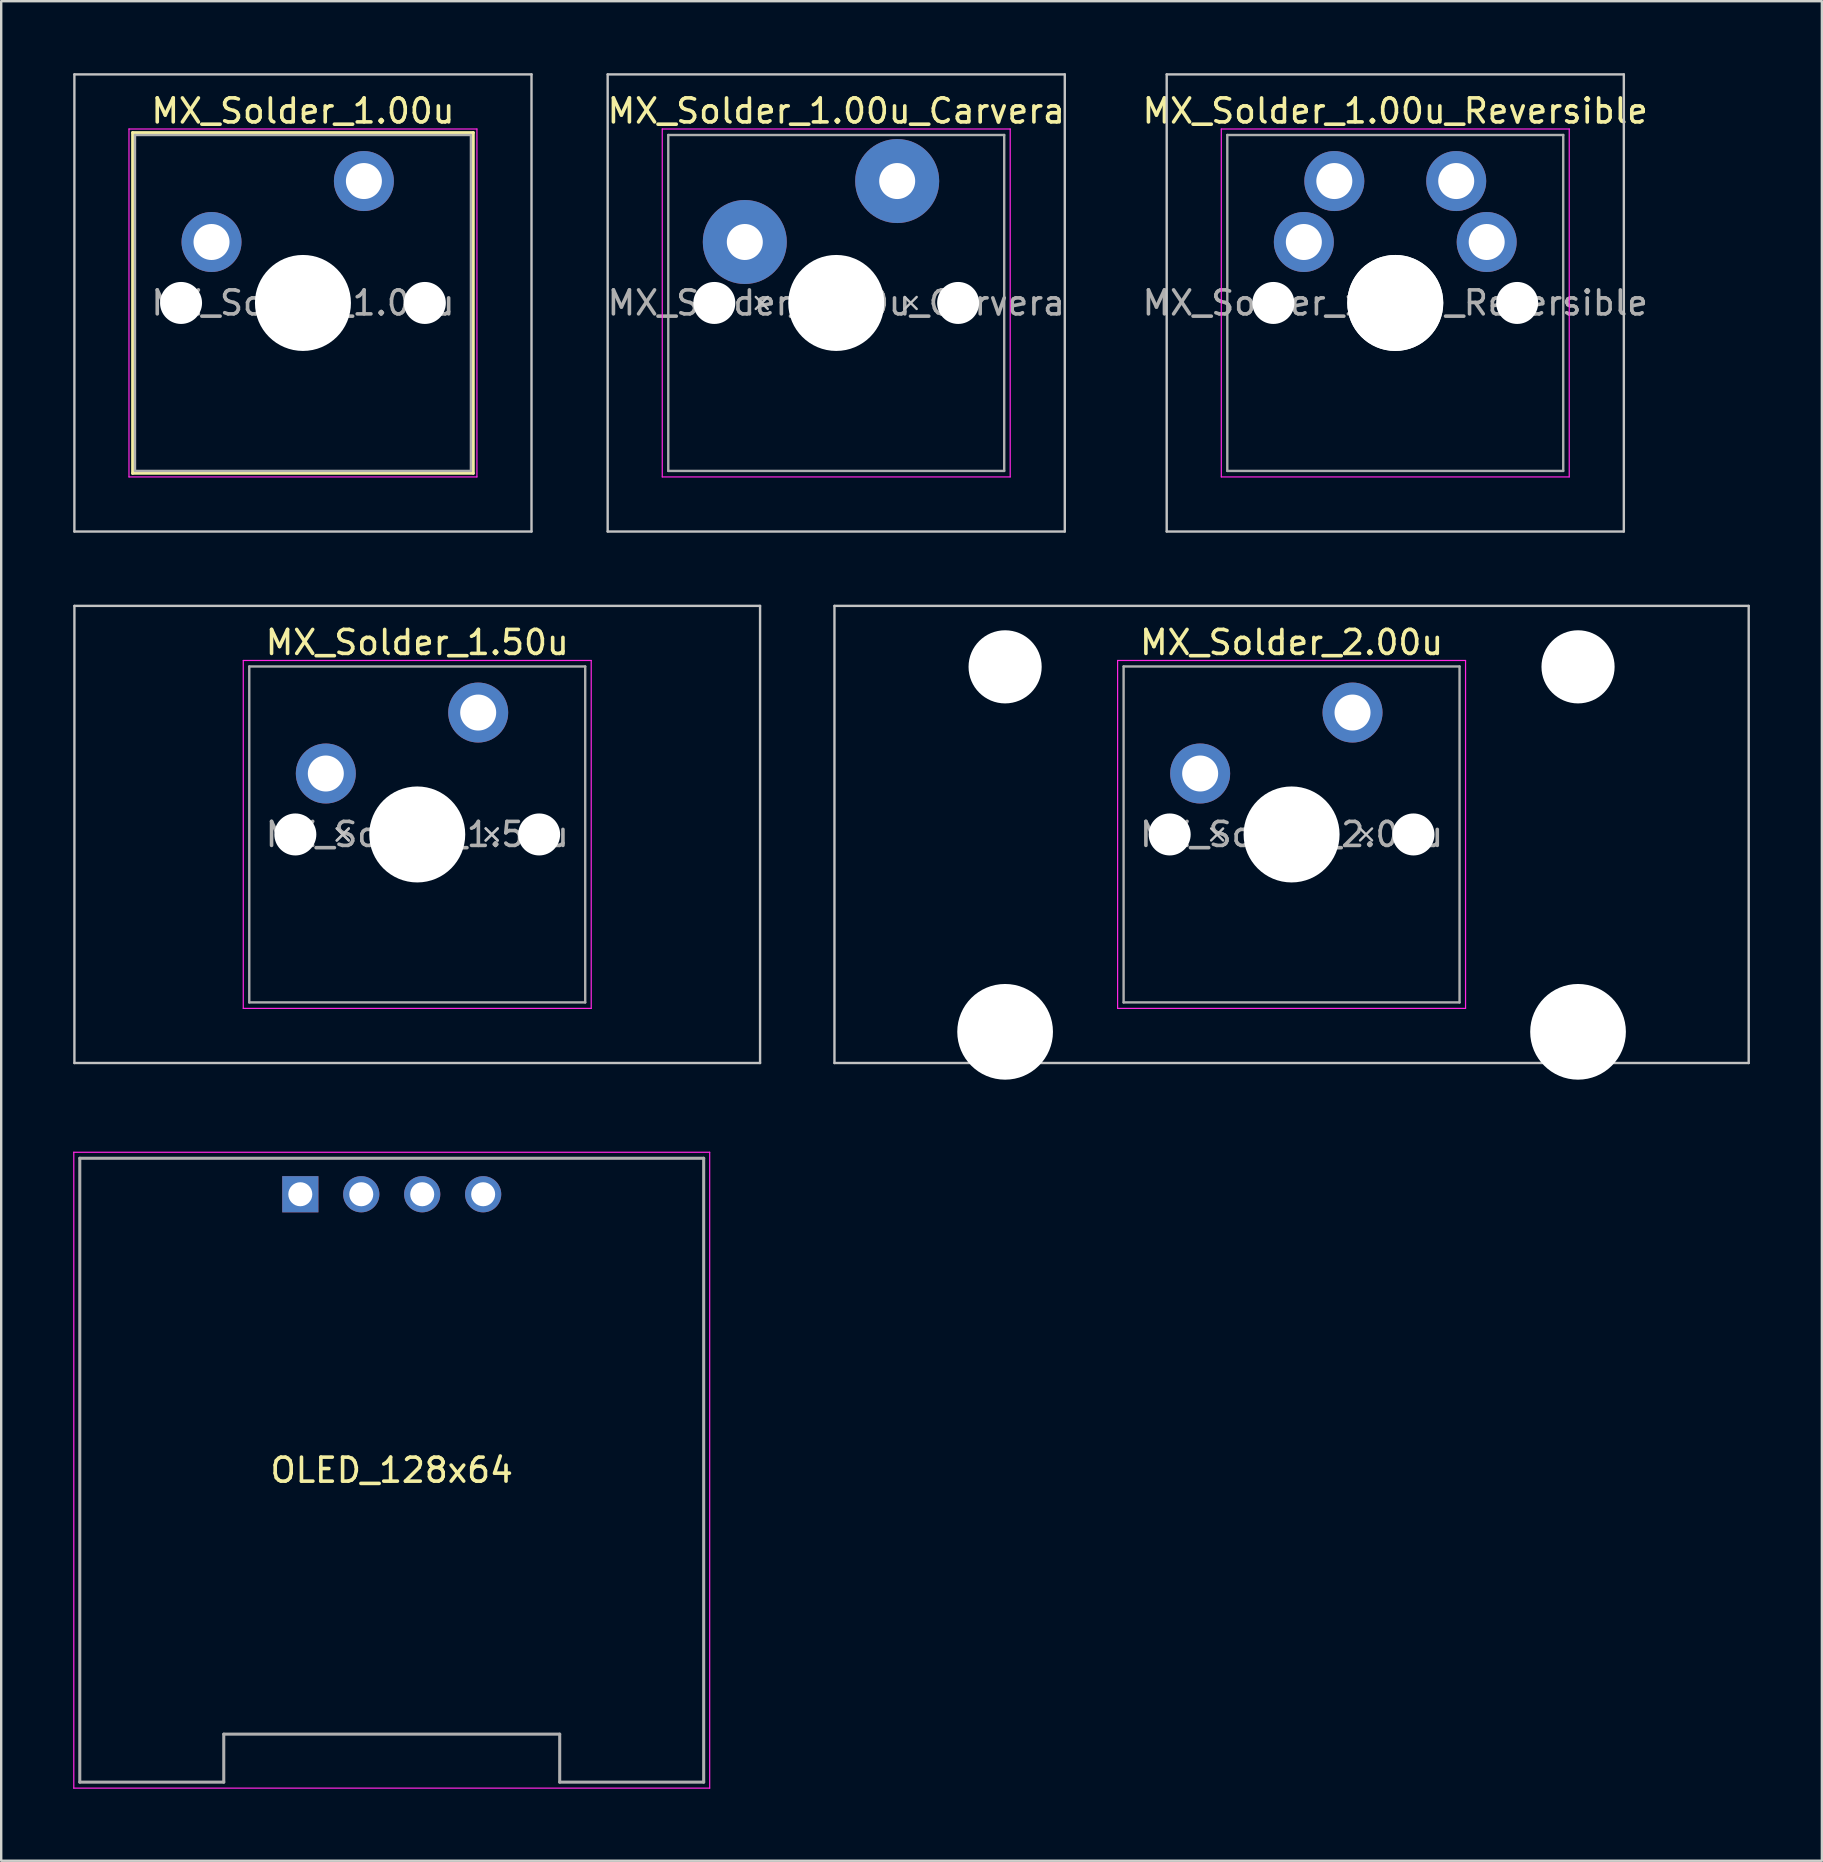
<source format=kicad_pcb>
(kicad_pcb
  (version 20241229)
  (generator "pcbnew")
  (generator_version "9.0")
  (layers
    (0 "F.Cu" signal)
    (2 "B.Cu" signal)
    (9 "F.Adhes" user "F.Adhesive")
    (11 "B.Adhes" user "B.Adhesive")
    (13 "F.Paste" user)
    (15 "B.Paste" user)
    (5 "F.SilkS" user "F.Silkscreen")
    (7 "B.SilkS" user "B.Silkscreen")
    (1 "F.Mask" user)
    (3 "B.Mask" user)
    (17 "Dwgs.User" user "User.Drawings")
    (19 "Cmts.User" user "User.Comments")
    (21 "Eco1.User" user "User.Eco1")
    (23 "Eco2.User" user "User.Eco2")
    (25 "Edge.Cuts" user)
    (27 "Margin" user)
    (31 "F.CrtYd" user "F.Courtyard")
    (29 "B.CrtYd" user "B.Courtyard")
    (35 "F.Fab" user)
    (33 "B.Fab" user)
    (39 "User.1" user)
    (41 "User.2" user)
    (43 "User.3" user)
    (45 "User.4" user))
  (footprint "MX_Solder_1.00u_Carvera"
    (layer "F.Cu")
    (at 31.799 9.575)
    (property "Reference" "MX_Solder_1.00u_Carvera" (at 0 -8 0) (layer "F.SilkS") (effects (font (size 1 1) (thickness 0.15))))
    (attr through_hole)
    (fp_line (start -9.525 -9.525) (end -9.525 9.525) (stroke (width 0.1) (type solid)) (layer "Dwgs.User"))
    (fp_line (start -9.525 9.525) (end 9.525 9.525) (stroke (width 0.1) (type solid)) (layer "Dwgs.User"))
    (fp_line (start -4.06 -2.79) (end -3.56 -2.29) (stroke (width 0.1) (type default)) (layer "Dwgs.User"))
    (fp_line (start -3.56 -2.79) (end -4.06 -2.29) (stroke (width 0.1) (type default)) (layer "Dwgs.User"))
    (fp_line (start -3.353 -0.25) (end -2.853 0.25) (stroke (width 0.1) (type default)) (layer "Dwgs.User"))
    (fp_line (start -2.853 -0.25) (end -3.353 0.25) (stroke (width 0.1) (type default)) (layer "Dwgs.User"))
    (fp_line (start 2.29 -5.33) (end 2.79 -4.83) (stroke (width 0.1) (type default)) (layer "Dwgs.User"))
    (fp_line (start 2.79 -5.33) (end 2.29 -4.83) (stroke (width 0.1) (type default)) (layer "Dwgs.User"))
    (fp_line (start 2.853 -0.25) (end 3.353 0.25) (stroke (width 0.1) (type default)) (layer "Dwgs.User"))
    (fp_line (start 3.353 -0.25) (end 2.853 0.25) (stroke (width 0.1) (type default)) (layer "Dwgs.User"))
    (fp_line (start 9.525 -9.525) (end -9.525 -9.525) (stroke (width 0.1) (type solid)) (layer "Dwgs.User"))
    (fp_line (start 9.525 9.525) (end 9.525 -9.525) (stroke (width 0.1) (type solid)) (layer "Dwgs.User"))
    (fp_line (start -7 -7) (end -7 7) (stroke (width 0.1) (type solid)) (layer "Eco1.User"))
    (fp_line (start -7 7) (end 7 7) (stroke (width 0.1) (type solid)) (layer "Eco1.User"))
    (fp_line (start 7 -7) (end -7 -7) (stroke (width 0.1) (type solid)) (layer "Eco1.User"))
    (fp_line (start 7 7) (end 7 -7) (stroke (width 0.1) (type solid)) (layer "Eco1.User"))
    (fp_line (start -7.25 -7.25) (end -7.25 7.25) (stroke (width 0.05) (type solid)) (layer "F.CrtYd"))
    (fp_line (start -7.25 7.25) (end 7.25 7.25) (stroke (width 0.05) (type solid)) (layer "F.CrtYd"))
    (fp_line (start 7.25 -7.25) (end -7.25 -7.25) (stroke (width 0.05) (type solid)) (layer "F.CrtYd"))
    (fp_line (start 7.25 7.25) (end 7.25 -7.25) (stroke (width 0.05) (type solid)) (layer "F.CrtYd"))
    (fp_line (start -7 -7) (end -7 7) (stroke (width 0.1) (type solid)) (layer "F.Fab"))
    (fp_line (start -7 7) (end 7 7) (stroke (width 0.1) (type solid)) (layer "F.Fab"))
    (fp_line (start 7 -7) (end -7 -7) (stroke (width 0.1) (type solid)) (layer "F.Fab"))
    (fp_line (start 7 7) (end 7 -7) (stroke (width 0.1) (type solid)) (layer "F.Fab"))
    (fp_text user "${REFERENCE}" (at 0 0 0) (layer "F.Fab") (effects (font (size 1 1) (thickness 0.15))))
    (pad "" np_thru_hole circle (at -5.08 0) (size 1.75 1.75) (drill 1.75) (layers "*.Cu" "*.Mask"))
    (pad "" np_thru_hole circle (at 0 0) (size 4 4) (drill 4) (layers "*.Cu" "*.Mask"))
    (pad "" np_thru_hole circle (at 5.08 0) (size 1.75 1.75) (drill 1.75) (layers "*.Cu" "*.Mask"))
    (pad "1" thru_hole circle (at -3.81 -2.54) (size 3.5 3.5) (drill 1.5) (layers "*.Cu" "*.Mask"))
    (pad "2" thru_hole circle (at 2.54 -5.08) (size 3.5 3.5) (drill 1.5) (layers "*.Cu" "*.Mask")))
  (footprint "MX_Solder_1.00u"
    (layer "F.Cu")
    (at 9.575 9.575)
    (property "Reference" "MX_Solder_1.00u" (at 0 -8 0) (layer "F.SilkS") (effects (font (size 1 1) (thickness 0.15))))
    (attr through_hole)
    (fp_line (start -7.1 -7.1) (end -7.1 7.1) (stroke (width 0.12) (type solid)) (layer "F.SilkS"))
    (fp_line (start -7.1 7.1) (end 7.1 7.1) (stroke (width 0.12) (type solid)) (layer "F.SilkS"))
    (fp_line (start 7.1 -7.1) (end -7.1 -7.1) (stroke (width 0.12) (type solid)) (layer "F.SilkS"))
    (fp_line (start 7.1 7.1) (end 7.1 -7.1) (stroke (width 0.12) (type solid)) (layer "F.SilkS"))
    (fp_line (start -9.525 -9.525) (end -9.525 9.525) (stroke (width 0.1) (type solid)) (layer "Dwgs.User"))
    (fp_line (start -9.525 9.525) (end 9.525 9.525) (stroke (width 0.1) (type solid)) (layer "Dwgs.User"))
    (fp_line (start 9.525 -9.525) (end -9.525 -9.525) (stroke (width 0.1) (type solid)) (layer "Dwgs.User"))
    (fp_line (start 9.525 9.525) (end 9.525 -9.525) (stroke (width 0.1) (type solid)) (layer "Dwgs.User"))
    (fp_line (start -7 -7) (end -7 7) (stroke (width 0.1) (type solid)) (layer "Eco1.User"))
    (fp_line (start -7 7) (end 7 7) (stroke (width 0.1) (type solid)) (layer "Eco1.User"))
    (fp_line (start 7 -7) (end -7 -7) (stroke (width 0.1) (type solid)) (layer "Eco1.User"))
    (fp_line (start 7 7) (end 7 -7) (stroke (width 0.1) (type solid)) (layer "Eco1.User"))
    (fp_line (start -7.25 -7.25) (end -7.25 7.25) (stroke (width 0.05) (type solid)) (layer "F.CrtYd"))
    (fp_line (start -7.25 7.25) (end 7.25 7.25) (stroke (width 0.05) (type solid)) (layer "F.CrtYd"))
    (fp_line (start 7.25 -7.25) (end -7.25 -7.25) (stroke (width 0.05) (type solid)) (layer "F.CrtYd"))
    (fp_line (start 7.25 7.25) (end 7.25 -7.25) (stroke (width 0.05) (type solid)) (layer "F.CrtYd"))
    (fp_line (start -7 -7) (end -7 7) (stroke (width 0.1) (type solid)) (layer "F.Fab"))
    (fp_line (start -7 7) (end 7 7) (stroke (width 0.1) (type solid)) (layer "F.Fab"))
    (fp_line (start 7 -7) (end -7 -7) (stroke (width 0.1) (type solid)) (layer "F.Fab"))
    (fp_line (start 7 7) (end 7 -7) (stroke (width 0.1) (type solid)) (layer "F.Fab"))
    (fp_text user "${REFERENCE}" (at 0 0 0) (layer "F.Fab") (effects (font (size 1 1) (thickness 0.15))))
    (pad "" np_thru_hole circle (at -5.08 0) (size 1.75 1.75) (drill 1.75) (layers "*.Cu" "*.Mask"))
    (pad "" np_thru_hole circle (at 0 0) (size 4 4) (drill 4) (layers "*.Cu" "*.Mask"))
    (pad "" np_thru_hole circle (at 5.08 0) (size 1.75 1.75) (drill 1.75) (layers "*.Cu" "*.Mask"))
    (pad "1" thru_hole circle (at -3.81 -2.54) (size 2.5 2.5) (drill 1.5) (layers "*.Cu" "*.Mask"))
    (pad "2" thru_hole circle (at 2.54 -5.08) (size 2.5 2.5) (drill 1.5) (layers "*.Cu" "*.Mask")))
  (footprint "MX_Solder_1.00u_Reversible"
    (layer "F.Cu")
    (at 55.096 9.575)
    (property "Reference" "MX_Solder_1.00u_Reversible" (at 0 -8 0) (layer "F.SilkS") (effects (font (size 1 1) (thickness 0.15))))
    (attr through_hole)
    (fp_line (start -9.525 -9.525) (end -9.525 9.525) (stroke (width 0.1) (type solid)) (layer "Dwgs.User"))
    (fp_line (start -9.525 9.525) (end 9.525 9.525) (stroke (width 0.1) (type solid)) (layer "Dwgs.User"))
    (fp_line (start 9.525 -9.525) (end -9.525 -9.525) (stroke (width 0.1) (type solid)) (layer "Dwgs.User"))
    (fp_line (start 9.525 9.525) (end 9.525 -9.525) (stroke (width 0.1) (type solid)) (layer "Dwgs.User"))
    (fp_line (start -7 -7) (end -7 7) (stroke (width 0.1) (type solid)) (layer "Eco1.User"))
    (fp_line (start -7 7) (end 7 7) (stroke (width 0.1) (type solid)) (layer "Eco1.User"))
    (fp_line (start 7 -7) (end -7 -7) (stroke (width 0.1) (type solid)) (layer "Eco1.User"))
    (fp_line (start 7 7) (end 7 -7) (stroke (width 0.1) (type solid)) (layer "Eco1.User"))
    (fp_line (start -7.25 -7.25) (end -7.25 7.25) (stroke (width 0.05) (type solid)) (layer "F.CrtYd"))
    (fp_line (start -7.25 7.25) (end 7.25 7.25) (stroke (width 0.05) (type solid)) (layer "F.CrtYd"))
    (fp_line (start 7.25 -7.25) (end -7.25 -7.25) (stroke (width 0.05) (type solid)) (layer "F.CrtYd"))
    (fp_line (start 7.25 7.25) (end 7.25 -7.25) (stroke (width 0.05) (type solid)) (layer "F.CrtYd"))
    (fp_line (start -7 -7) (end -7 7) (stroke (width 0.1) (type solid)) (layer "F.Fab"))
    (fp_line (start -7 7) (end 7 7) (stroke (width 0.1) (type solid)) (layer "F.Fab"))
    (fp_line (start 7 -7) (end -7 -7) (stroke (width 0.1) (type solid)) (layer "F.Fab"))
    (fp_line (start 7 7) (end 7 -7) (stroke (width 0.1) (type solid)) (layer "F.Fab"))
    (fp_text user "${REFERENCE}" (at 0 0 0) (layer "F.Fab") (effects (font (size 1 1) (thickness 0.15))))
    (pad "" np_thru_hole circle (at -5.08 0) (size 1.75 1.75) (drill 1.75) (layers "*.Cu" "*.Mask"))
    (pad "" np_thru_hole circle (at 0 0) (size 4 4) (drill 4) (layers "*.Cu" "*.Mask"))
    (pad "" np_thru_hole circle (at 0 0) (size 4 4) (drill 4) (layers "*.Cu" "*.Mask"))
    (pad "" np_thru_hole circle (at 5.08 0) (size 1.75 1.75) (drill 1.75) (layers "*.Cu" "*.Mask"))
    (pad "1" thru_hole circle (at -3.81 -2.54) (size 2.5 2.5) (drill 1.5) (layers "*.Cu" "*.Mask"))
    (pad "1" thru_hole circle (at -2.54 -5.08) (size 2.5 2.5) (drill 1.5) (layers "*.Cu" "*.Mask"))
    (pad "2" thru_hole circle (at 2.54 -5.08) (size 2.5 2.5) (drill 1.5) (layers "*.Cu" "*.Mask"))
    (pad "2" thru_hole circle (at 3.81 -2.54) (size 2.5 2.5) (drill 1.5) (layers "*.Cu" "*.Mask")))
  (footprint "OLED_128x64"
    (layer "F.Cu")
    (at 13.275 58.219)
    (property "Reference" "OLED_128x64" (at 0 0 0) (layer "F.SilkS") (effects (font (size 1 1) (thickness 0.15))))
    (attr through_hole)
    (fp_line (start -13.25 -13.25) (end 13.25 -13.25) (stroke (width 0.05) (type solid)) (layer "F.CrtYd"))
    (fp_line (start -13.25 13.25) (end -13.25 -13.25) (stroke (width 0.05) (type solid)) (layer "F.CrtYd"))
    (fp_line (start 13.25 -13.25) (end 13.25 13.25) (stroke (width 0.05) (type solid)) (layer "F.CrtYd"))
    (fp_line (start 13.25 13.25) (end -13.25 13.25) (stroke (width 0.05) (type solid)) (layer "F.CrtYd"))
    (fp_line (start -13 -13) (end 13 -13) (stroke (width 0.127) (type solid)) (layer "F.Fab"))
    (fp_line (start -13 13) (end -13 -13) (stroke (width 0.127) (type solid)) (layer "F.Fab"))
    (fp_line (start -7 11) (end 7 11) (stroke (width 0.127) (type solid)) (layer "F.Fab"))
    (fp_line (start -7 13) (end -13 13) (stroke (width 0.127) (type solid)) (layer "F.Fab"))
    (fp_line (start -7 13) (end -7 11) (stroke (width 0.127) (type solid)) (layer "F.Fab"))
    (fp_line (start 7 11) (end 7 13) (stroke (width 0.127) (type solid)) (layer "F.Fab"))
    (fp_line (start 13 -13) (end 13 13) (stroke (width 0.127) (type solid)) (layer "F.Fab"))
    (fp_line (start 13 13) (end 7 13) (stroke (width 0.127) (type solid)) (layer "F.Fab"))
    (pad "1" thru_hole rect (at -3.81 -11.5) (size 1.508 1.508) (drill 1) (layers "*.Cu" "*.Mask"))
    (pad "2" thru_hole circle (at -1.27 -11.5) (size 1.508 1.508) (drill 1) (layers "*.Cu" "*.Mask"))
    (pad "3" thru_hole circle (at 1.27 -11.5) (size 1.508 1.508) (drill 1) (layers "*.Cu" "*.Mask"))
    (pad "4" thru_hole circle (at 3.81 -11.5) (size 1.508 1.508) (drill 1) (layers "*.Cu" "*.Mask")))
  (footprint "MX_Solder_2.00u"
    (layer "F.Cu")
    (at 50.775 31.725)
    (property "Reference" "MX_Solder_2.00u" (at 0 -8 0) (layer "F.SilkS") (effects (font (size 1 1) (thickness 0.15))))
    (attr through_hole)
    (fp_line (start -19.05 -9.525) (end -19.05 9.525) (stroke (width 0.1) (type solid)) (layer "Dwgs.User"))
    (fp_line (start -19.05 9.525) (end 19.05 9.525) (stroke (width 0.1) (type solid)) (layer "Dwgs.User"))
    (fp_line (start -3.353 -0.25) (end -2.853 0.25) (stroke (width 0.1) (type default)) (layer "Dwgs.User"))
    (fp_line (start -2.853 -0.25) (end -3.353 0.25) (stroke (width 0.1) (type default)) (layer "Dwgs.User"))
    (fp_line (start 2.853 -0.25) (end 3.353 0.25) (stroke (width 0.1) (type default)) (layer "Dwgs.User"))
    (fp_line (start 3.353 -0.25) (end 2.853 0.25) (stroke (width 0.1) (type default)) (layer "Dwgs.User"))
    (fp_line (start 19.05 -9.525) (end -19.05 -9.525) (stroke (width 0.1) (type solid)) (layer "Dwgs.User"))
    (fp_line (start 19.05 9.525) (end 19.05 -9.525) (stroke (width 0.1) (type solid)) (layer "Dwgs.User"))
    (fp_line (start -15.313 -5.53) (end -15.313 6.77) (stroke (width 0.1) (type solid)) (layer "Eco1.User"))
    (fp_line (start -15.313 6.77) (end -8.563 6.77) (stroke (width 0.1) (type solid)) (layer "Eco1.User"))
    (fp_line (start -8.563 -5.53) (end -15.313 -5.53) (stroke (width 0.1) (type solid)) (layer "Eco1.User"))
    (fp_line (start -8.563 6.77) (end -8.563 -5.53) (stroke (width 0.1) (type solid)) (layer "Eco1.User"))
    (fp_line (start -7 -7) (end -7 7) (stroke (width 0.1) (type solid)) (layer "Eco1.User"))
    (fp_line (start -7 7) (end 7 7) (stroke (width 0.1) (type solid)) (layer "Eco1.User"))
    (fp_line (start 7 -7) (end -7 -7) (stroke (width 0.1) (type solid)) (layer "Eco1.User"))
    (fp_line (start 7 7) (end 7 -7) (stroke (width 0.1) (type solid)) (layer "Eco1.User"))
    (fp_line (start 8.563 -5.53) (end 8.563 6.77) (stroke (width 0.1) (type solid)) (layer "Eco1.User"))
    (fp_line (start 8.563 6.77) (end 15.313 6.77) (stroke (width 0.1) (type solid)) (layer "Eco1.User"))
    (fp_line (start 15.313 -5.53) (end 8.563 -5.53) (stroke (width 0.1) (type solid)) (layer "Eco1.User"))
    (fp_line (start 15.313 6.77) (end 15.313 -5.53) (stroke (width 0.1) (type solid)) (layer "Eco1.User"))
    (fp_line (start -7.25 -7.25) (end -7.25 7.25) (stroke (width 0.05) (type solid)) (layer "F.CrtYd"))
    (fp_line (start -7.25 7.25) (end 7.25 7.25) (stroke (width 0.05) (type solid)) (layer "F.CrtYd"))
    (fp_line (start 7.25 -7.25) (end -7.25 -7.25) (stroke (width 0.05) (type solid)) (layer "F.CrtYd"))
    (fp_line (start 7.25 7.25) (end 7.25 -7.25) (stroke (width 0.05) (type solid)) (layer "F.CrtYd"))
    (fp_line (start -7 -7) (end -7 7) (stroke (width 0.1) (type solid)) (layer "F.Fab"))
    (fp_line (start -7 7) (end 7 7) (stroke (width 0.1) (type solid)) (layer "F.Fab"))
    (fp_line (start 7 -7) (end -7 -7) (stroke (width 0.1) (type solid)) (layer "F.Fab"))
    (fp_line (start 7 7) (end 7 -7) (stroke (width 0.1) (type solid)) (layer "F.Fab"))
    (fp_text user "${REFERENCE}" (at 0 0 0) (layer "F.Fab") (effects (font (size 1 1) (thickness 0.15))))
    (pad "" np_thru_hole circle (at -11.938 -6.985) (size 3.048 3.048) (drill 3.048) (layers "*.Cu" "*.Mask"))
    (pad "" np_thru_hole circle (at -11.938 8.225) (size 3.988 3.988) (drill 3.988) (layers "*.Cu" "*.Mask"))
    (pad "" np_thru_hole circle (at -5.08 0) (size 1.75 1.75) (drill 1.75) (layers "*.Cu" "*.Mask"))
    (pad "" np_thru_hole circle (at 0 0) (size 4 4) (drill 4) (layers "*.Cu" "*.Mask"))
    (pad "" np_thru_hole circle (at 5.08 0) (size 1.75 1.75) (drill 1.75) (layers "*.Cu" "*.Mask"))
    (pad "" np_thru_hole circle (at 11.938 -6.985) (size 3.048 3.048) (drill 3.048) (layers "*.Cu" "*.Mask"))
    (pad "" np_thru_hole circle (at 11.938 8.225) (size 3.988 3.988) (drill 3.988) (layers "*.Cu" "*.Mask"))
    (pad "1" thru_hole circle (at -3.81 -2.54) (size 2.5 2.5) (drill 1.5) (layers "*.Cu" "*.Mask"))
    (pad "2" thru_hole circle (at 2.54 -5.08) (size 2.5 2.5) (drill 1.5) (layers "*.Cu" "*.Mask")))
  (footprint "MX_Solder_1.50u"
    (layer "F.Cu")
    (at 14.338 31.725)
    (property "Reference" "MX_Solder_1.50u" (at 0 -8 0) (layer "F.SilkS") (effects (font (size 1 1) (thickness 0.15))))
    (attr through_hole)
    (fp_line (start -14.287 -9.525) (end -14.287 9.525) (stroke (width 0.1) (type solid)) (layer "Dwgs.User"))
    (fp_line (start -14.287 9.525) (end 14.287 9.525) (stroke (width 0.1) (type solid)) (layer "Dwgs.User"))
    (fp_line (start -3.353 -0.25) (end -2.853 0.25) (stroke (width 0.1) (type default)) (layer "Dwgs.User"))
    (fp_line (start -3.353 -0.25) (end -2.853 0.25) (stroke (width 0.1) (type default)) (layer "Dwgs.User"))
    (fp_line (start -2.853 -0.25) (end -3.353 0.25) (stroke (width 0.1) (type default)) (layer "Dwgs.User"))
    (fp_line (start -2.853 -0.25) (end -3.353 0.25) (stroke (width 0.1) (type default)) (layer "Dwgs.User"))
    (fp_line (start 2.853 -0.25) (end 3.353 0.25) (stroke (width 0.1) (type default)) (layer "Dwgs.User"))
    (fp_line (start 2.853 -0.25) (end 3.353 0.25) (stroke (width 0.1) (type default)) (layer "Dwgs.User"))
    (fp_line (start 3.353 -0.25) (end 2.853 0.25) (stroke (width 0.1) (type default)) (layer "Dwgs.User"))
    (fp_line (start 3.353 -0.25) (end 2.853 0.25) (stroke (width 0.1) (type default)) (layer "Dwgs.User"))
    (fp_line (start 14.287 -9.525) (end -14.287 -9.525) (stroke (width 0.1) (type solid)) (layer "Dwgs.User"))
    (fp_line (start 14.287 9.525) (end 14.287 -9.525) (stroke (width 0.1) (type solid)) (layer "Dwgs.User"))
    (fp_line (start -7 -7) (end -7 7) (stroke (width 0.1) (type solid)) (layer "Eco1.User"))
    (fp_line (start -7 7) (end 7 7) (stroke (width 0.1) (type solid)) (layer "Eco1.User"))
    (fp_line (start 7 -7) (end -7 -7) (stroke (width 0.1) (type solid)) (layer "Eco1.User"))
    (fp_line (start 7 7) (end 7 -7) (stroke (width 0.1) (type solid)) (layer "Eco1.User"))
    (fp_line (start -7.25 -7.25) (end -7.25 7.25) (stroke (width 0.05) (type solid)) (layer "F.CrtYd"))
    (fp_line (start -7.25 7.25) (end 7.25 7.25) (stroke (width 0.05) (type solid)) (layer "F.CrtYd"))
    (fp_line (start 7.25 -7.25) (end -7.25 -7.25) (stroke (width 0.05) (type solid)) (layer "F.CrtYd"))
    (fp_line (start 7.25 7.25) (end 7.25 -7.25) (stroke (width 0.05) (type solid)) (layer "F.CrtYd"))
    (fp_line (start -7 -7) (end -7 7) (stroke (width 0.1) (type solid)) (layer "F.Fab"))
    (fp_line (start -7 7) (end 7 7) (stroke (width 0.1) (type solid)) (layer "F.Fab"))
    (fp_line (start 7 -7) (end -7 -7) (stroke (width 0.1) (type solid)) (layer "F.Fab"))
    (fp_line (start 7 7) (end 7 -7) (stroke (width 0.1) (type solid)) (layer "F.Fab"))
    (fp_text user "${REFERENCE}" (at 0 0 0) (layer "F.Fab") (effects (font (size 1 1) (thickness 0.15))))
    (pad "" np_thru_hole circle (at -5.08 0) (size 1.75 1.75) (drill 1.75) (layers "*.Cu" "*.Mask"))
    (pad "" np_thru_hole circle (at 0 0) (size 4 4) (drill 4) (layers "*.Cu" "*.Mask"))
    (pad "" np_thru_hole circle (at 5.08 0) (size 1.75 1.75) (drill 1.75) (layers "*.Cu" "*.Mask"))
    (pad "1" thru_hole circle (at -3.81 -2.54) (size 2.5 2.5) (drill 1.5) (layers "*.Cu" "*.Mask"))
    (pad "2" thru_hole circle (at 2.54 -5.08) (size 2.5 2.5) (drill 1.5) (layers "*.Cu" "*.Mask")))
  (gr_rect
    (start -3 -3)
    (end 72.875 74.494)
    (stroke (width 0.1) (type default))
    (fill no)
    (layer "Edge.Cuts")))
</source>
